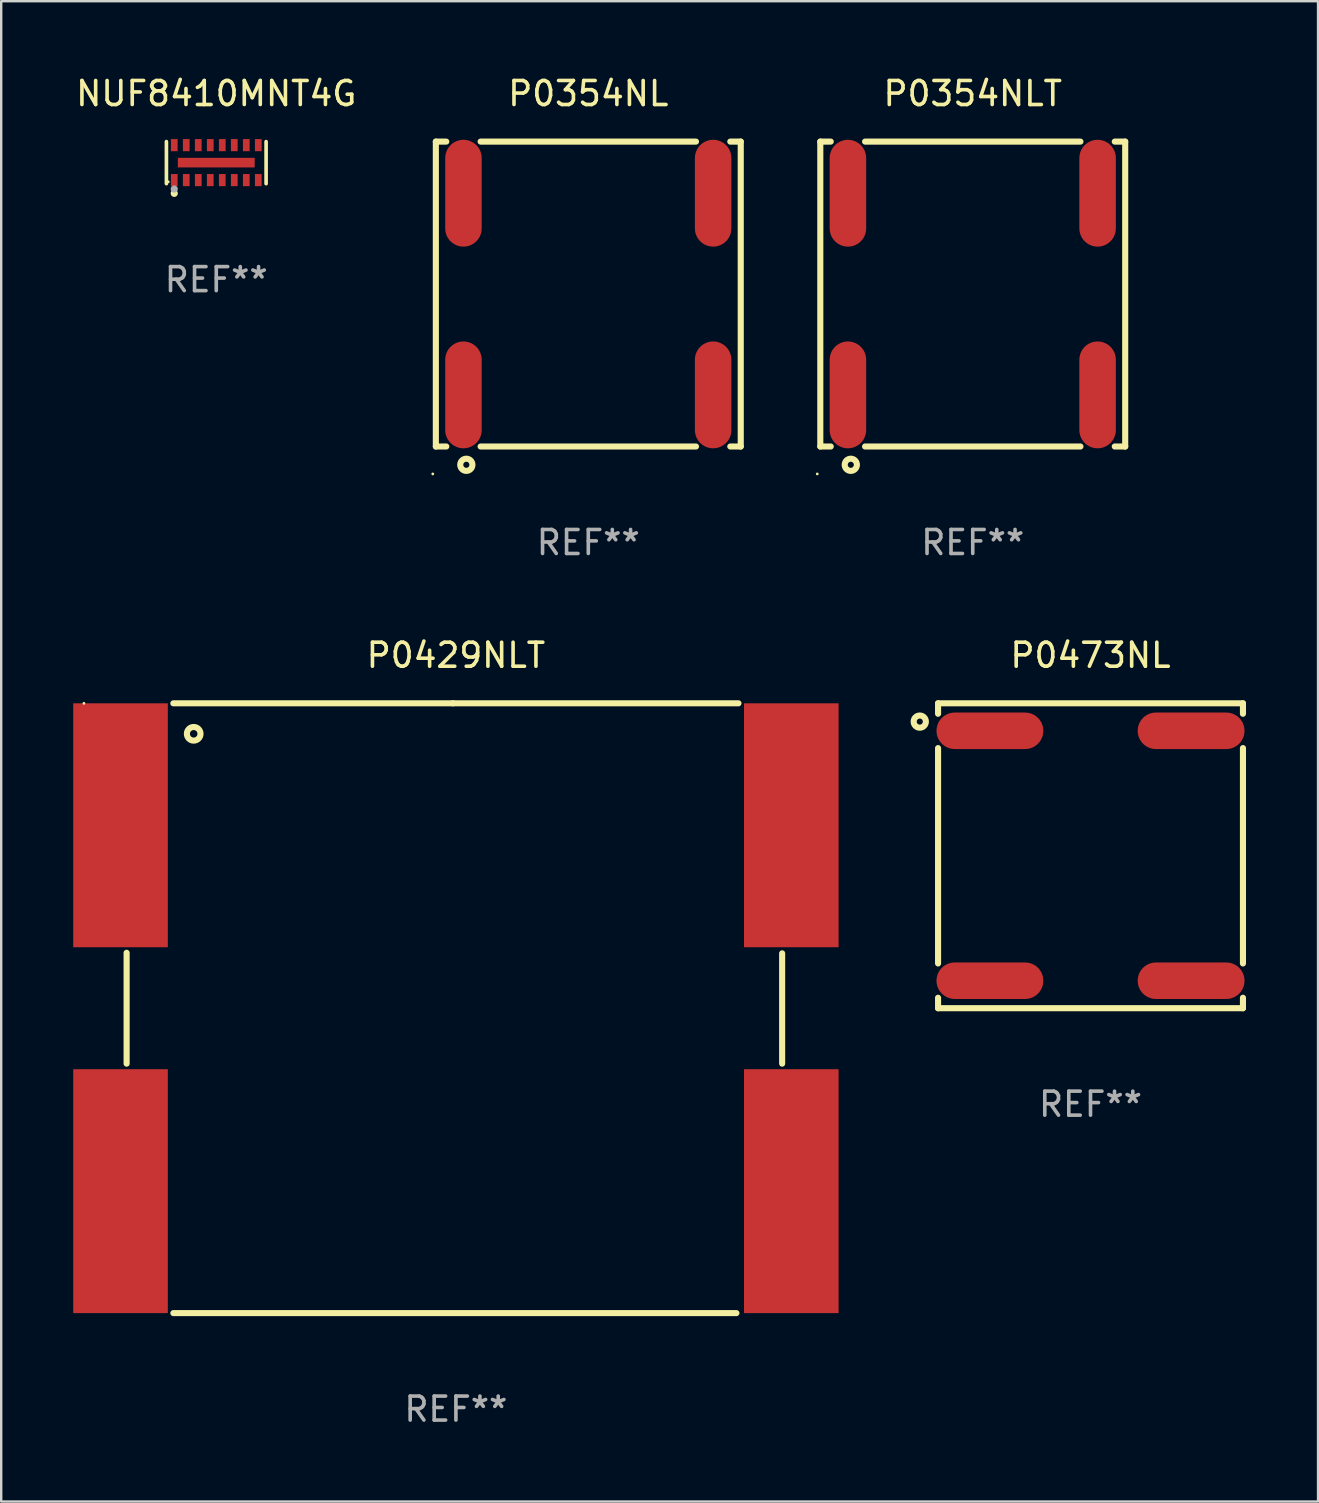
<source format=kicad_pcb>
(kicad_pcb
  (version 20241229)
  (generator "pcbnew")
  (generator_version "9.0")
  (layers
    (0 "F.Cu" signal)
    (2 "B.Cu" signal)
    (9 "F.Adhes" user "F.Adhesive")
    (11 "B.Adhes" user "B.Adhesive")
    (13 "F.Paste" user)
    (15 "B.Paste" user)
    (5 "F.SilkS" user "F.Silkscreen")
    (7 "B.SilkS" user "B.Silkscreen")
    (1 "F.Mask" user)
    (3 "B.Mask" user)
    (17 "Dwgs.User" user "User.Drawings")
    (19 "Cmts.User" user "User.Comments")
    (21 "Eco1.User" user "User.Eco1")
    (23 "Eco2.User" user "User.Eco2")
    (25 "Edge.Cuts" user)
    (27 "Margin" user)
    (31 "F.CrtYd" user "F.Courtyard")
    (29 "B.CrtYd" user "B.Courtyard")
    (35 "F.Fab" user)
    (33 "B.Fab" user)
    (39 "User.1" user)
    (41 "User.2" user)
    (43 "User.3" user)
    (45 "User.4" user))
  (footprint "P0473NL"
    (layer "F.Cu")
    (at 42.373 32.595)
    (property "Reference" "P0473NL" (at 0 -8.35 0) (layer "F.SilkS") (effects (font (size 1 1) (thickness 0.15))))
    (attr through_hole)
    (fp_line (start -6.35 -5.915) (end -6.35 -6.35) (stroke (width 0.254) (type solid)) (layer "F.SilkS"))
    (fp_line (start -6.35 4.485) (end -6.35 -4.485) (stroke (width 0.254) (type solid)) (layer "F.SilkS"))
    (fp_line (start -6.35 6.35) (end -6.35 5.915) (stroke (width 0.254) (type solid)) (layer "F.SilkS"))
    (fp_line (start 6.35 -6.35) (end -6.35 -6.35) (stroke (width 0.254) (type solid)) (layer "F.SilkS"))
    (fp_line (start 6.35 -5.915) (end 6.35 -6.35) (stroke (width 0.254) (type solid)) (layer "F.SilkS"))
    (fp_line (start 6.35 4.485) (end 6.35 -4.485) (stroke (width 0.254) (type solid)) (layer "F.SilkS"))
    (fp_line (start 6.35 6.35) (end -6.35 6.35) (stroke (width 0.254) (type solid)) (layer "F.SilkS"))
    (fp_line (start 6.35 6.35) (end 6.35 5.915) (stroke (width 0.254) (type solid)) (layer "F.SilkS"))
    (fp_circle (center -7.112 -5.588) (end -6.858 -5.588) (stroke (width 0.254) (type solid)) (fill no) (layer "F.SilkS"))
    (fp_circle (center -6.35 -6.35) (end -6.32 -6.35) (stroke (width 0.06) (type solid)) (fill no) (layer "F.SilkS"))
    (fp_text user "REF**" (at 0 10.35 0) (layer "F.Fab") (effects (font (size 1 1) (thickness 0.15))))
    (pad "1" smd oval (at -4.19 -5.205 180) (size 4.45 1.52) (layers "F.Cu" "F.Mask" "F.Paste"))
    (pad "2" smd oval (at -4.19 5.205 180) (size 4.45 1.52) (layers "F.Cu" "F.Mask" "F.Paste"))
    (pad "3" smd oval (at 4.19 -5.205 180) (size 4.45 1.52) (layers "F.Cu" "F.Mask" "F.Paste"))
    (pad "4" smd oval (at 4.19 5.205 180) (size 4.45 1.52) (layers "F.Cu" "F.Mask" "F.Paste")))
  (footprint "P0354NL"
    (layer "F.Cu")
    (at 21.454 9.198)
    (property "Reference" "P0354NL" (at 0 -8.35 0) (layer "F.SilkS") (effects (font (size 1 1) (thickness 0.15))))
    (attr through_hole)
    (fp_line (start -6.35 -6.35) (end -5.915 -6.35) (stroke (width 0.254) (type solid)) (layer "F.SilkS"))
    (fp_line (start -6.35 6.35) (end -6.35 -6.35) (stroke (width 0.254) (type solid)) (layer "F.SilkS"))
    (fp_line (start -6.35 6.35) (end -5.915 6.35) (stroke (width 0.254) (type solid)) (layer "F.SilkS"))
    (fp_line (start -4.485 -6.35) (end 4.485 -6.35) (stroke (width 0.254) (type solid)) (layer "F.SilkS"))
    (fp_line (start -4.485 6.35) (end 4.485 6.35) (stroke (width 0.254) (type solid)) (layer "F.SilkS"))
    (fp_line (start 5.915 -6.35) (end 6.35 -6.35) (stroke (width 0.254) (type solid)) (layer "F.SilkS"))
    (fp_line (start 5.915 6.35) (end 6.35 6.35) (stroke (width 0.254) (type solid)) (layer "F.SilkS"))
    (fp_line (start 6.35 6.35) (end 6.35 -6.35) (stroke (width 0.254) (type solid)) (layer "F.SilkS"))
    (fp_circle (center -6.477 7.493) (end -6.447 7.493) (stroke (width 0.06) (type solid)) (fill no) (layer "F.SilkS"))
    (fp_circle (center -5.08 7.112) (end -4.826 7.112) (stroke (width 0.254) (type solid)) (fill no) (layer "F.SilkS"))
    (fp_text user "REF**" (at 0 10.35 0) (layer "F.Fab") (effects (font (size 1 1) (thickness 0.15))))
    (pad "1" smd oval (at -5.2 4.2 90) (size 4.45 1.52) (layers "F.Cu" "F.Mask" "F.Paste"))
    (pad "2" smd oval (at 5.2 4.2 90) (size 4.45 1.52) (layers "F.Cu" "F.Mask" "F.Paste"))
    (pad "3" smd oval (at -5.2 -4.2 90) (size 4.45 1.52) (layers "F.Cu" "F.Mask" "F.Paste"))
    (pad "4" smd oval (at 5.2 -4.2 90) (size 4.45 1.52) (layers "F.Cu" "F.Mask" "F.Paste")))
  (footprint "P0429NLT"
    (layer "F.Cu")
    (at 15.94 38.945)
    (property "Reference" "P0429NLT" (at 0 -14.7 0) (layer "F.SilkS") (effects (font (size 1 1) (thickness 0.15))))
    (attr through_hole)
    (fp_line (start -13.716 -2.309) (end -13.716 2.309) (stroke (width 0.254) (type solid)) (layer "F.SilkS"))
    (fp_line (start -11.769 12.7) (end 11.684 12.7) (stroke (width 0.254) (type solid)) (layer "F.SilkS"))
    (fp_line (start -0.127 -12.7) (end -11.769 -12.7) (stroke (width 0.254) (type solid)) (layer "F.SilkS"))
    (fp_line (start -0.127 -12.7) (end 11.769 -12.7) (stroke (width 0.254) (type solid)) (layer "F.SilkS"))
    (fp_line (start 13.589 -2.286) (end 13.589 2.309) (stroke (width 0.254) (type solid)) (layer "F.SilkS"))
    (fp_circle (center -15.495 -12.7) (end -15.465 -12.7) (stroke (width 0.06) (type solid)) (fill no) (layer "F.SilkS"))
    (fp_circle (center -10.922 -11.43) (end -10.638 -11.43) (stroke (width 0.254) (type solid)) (fill no) (layer "F.SilkS"))
    (fp_text user "PULSE" (at -4.699 0.889 0) (layer "B.Mask") (effects (font (size 1 1) (thickness 0.15))))
    (fp_text user "REF**" (at 0 16.7 0) (layer "F.Fab") (effects (font (size 1 1) (thickness 0.15))))
    (pad "1" smd rect (at -13.97 -7.62) (size 3.94 10.16) (layers "F.Cu" "F.Mask" "F.Paste"))
    (pad "2" smd rect (at -13.97 7.62) (size 3.94 10.16) (layers "F.Cu" "F.Mask" "F.Paste"))
    (pad "3" smd rect (at 13.97 -7.62) (size 3.94 10.16) (layers "F.Cu" "F.Mask" "F.Paste"))
    (pad "4" smd rect (at 13.97 7.62) (size 3.94 10.16) (layers "F.Cu" "F.Mask" "F.Paste")))
  (footprint "P0354NLT"
    (layer "F.Cu")
    (at 37.468 9.198)
    (property "Reference" "P0354NLT" (at 0 -8.35 0) (layer "F.SilkS") (effects (font (size 1 1) (thickness 0.15))))
    (attr through_hole)
    (fp_line (start -6.35 -6.35) (end -5.915 -6.35) (stroke (width 0.254) (type solid)) (layer "F.SilkS"))
    (fp_line (start -6.35 6.35) (end -6.35 -6.35) (stroke (width 0.254) (type solid)) (layer "F.SilkS"))
    (fp_line (start -6.35 6.35) (end -5.915 6.35) (stroke (width 0.254) (type solid)) (layer "F.SilkS"))
    (fp_line (start -4.485 -6.35) (end 4.485 -6.35) (stroke (width 0.254) (type solid)) (layer "F.SilkS"))
    (fp_line (start -4.485 6.35) (end 4.485 6.35) (stroke (width 0.254) (type solid)) (layer "F.SilkS"))
    (fp_line (start 5.915 -6.35) (end 6.35 -6.35) (stroke (width 0.254) (type solid)) (layer "F.SilkS"))
    (fp_line (start 5.915 6.35) (end 6.35 6.35) (stroke (width 0.254) (type solid)) (layer "F.SilkS"))
    (fp_line (start 6.35 6.35) (end 6.35 -6.35) (stroke (width 0.254) (type solid)) (layer "F.SilkS"))
    (fp_circle (center -6.477 7.493) (end -6.447 7.493) (stroke (width 0.06) (type solid)) (fill no) (layer "F.SilkS"))
    (fp_circle (center -5.08 7.112) (end -4.826 7.112) (stroke (width 0.254) (type solid)) (fill no) (layer "F.SilkS"))
    (fp_text user "REF**" (at 0 10.35 0) (layer "F.Fab") (effects (font (size 1 1) (thickness 0.15))))
    (pad "1" smd oval (at -5.2 4.2 90) (size 4.45 1.52) (layers "F.Cu" "F.Mask" "F.Paste"))
    (pad "2" smd oval (at 5.2 4.2 90) (size 4.45 1.52) (layers "F.Cu" "F.Mask" "F.Paste"))
    (pad "3" smd oval (at -5.2 -4.2 90) (size 4.45 1.52) (layers "F.Cu" "F.Mask" "F.Paste"))
    (pad "4" smd oval (at 5.2 -4.2 90) (size 4.45 1.52) (layers "F.Cu" "F.Mask" "F.Paste")))
  (footprint "NUF8410MNT4G"
    (layer "F.Cu")
    (at 5.958 3.724)
    (property "Reference" "NUF8410MNT4G" (at 0 -2.876 0) (layer "F.SilkS") (effects (font (size 1 1) (thickness 0.15))))
    (attr through_hole)
    (fp_line (start -2.076 0.876) (end -2.076 -0.876) (stroke (width 0.152) (type solid)) (layer "F.SilkS"))
    (fp_line (start 2.076 0.876) (end 2.076 -0.876) (stroke (width 0.152) (type solid)) (layer "F.SilkS"))
    (fp_circle (center -2 0.8) (end -1.97 0.8) (stroke (width 0.06) (type solid)) (fill no) (layer "F.SilkS"))
    (fp_circle (center -1.75 1.28) (end -1.675 1.28) (stroke (width 0.15) (type solid)) (fill no) (layer "F.SilkS"))
    (fp_circle (center -1.75 1.1) (end -1.675 1.1) (stroke (width 0.15) (type solid)) (fill no) (layer "F.Fab"))
    (fp_text user "REF**" (at 0 4.876 0) (layer "F.Fab") (effects (font (size 1 1) (thickness 0.15))))
    (pad "1" smd rect (at -1.75 0.728) (size 0.28 0.505) (layers "F.Cu" "F.Mask" "F.Paste"))
    (pad "2" smd rect (at -1.25 0.728) (size 0.28 0.505) (layers "F.Cu" "F.Mask" "F.Paste"))
    (pad "3" smd rect (at -0.75 0.728) (size 0.28 0.505) (layers "F.Cu" "F.Mask" "F.Paste"))
    (pad "4" smd rect (at -0.25 0.728) (size 0.28 0.505) (layers "F.Cu" "F.Mask" "F.Paste"))
    (pad "5" smd rect (at 0.25 0.728) (size 0.28 0.505) (layers "F.Cu" "F.Mask" "F.Paste"))
    (pad "6" smd rect (at 0.75 0.728) (size 0.28 0.505) (layers "F.Cu" "F.Mask" "F.Paste"))
    (pad "7" smd rect (at 1.25 0.728) (size 0.28 0.505) (layers "F.Cu" "F.Mask" "F.Paste"))
    (pad "8" smd rect (at 1.75 0.728) (size 0.28 0.505) (layers "F.Cu" "F.Mask" "F.Paste"))
    (pad "9" smd rect (at 1.75 -0.728) (size 0.28 0.505) (layers "F.Cu" "F.Mask" "F.Paste"))
    (pad "10" smd rect (at 1.25 -0.728) (size 0.28 0.505) (layers "F.Cu" "F.Mask" "F.Paste"))
    (pad "11" smd rect (at 0.75 -0.728) (size 0.28 0.505) (layers "F.Cu" "F.Mask" "F.Paste"))
    (pad "12" smd rect (at 0.25 -0.728) (size 0.28 0.505) (layers "F.Cu" "F.Mask" "F.Paste"))
    (pad "13" smd rect (at -0.25 -0.728) (size 0.28 0.505) (layers "F.Cu" "F.Mask" "F.Paste"))
    (pad "14" smd rect (at -0.75 -0.728) (size 0.28 0.505) (layers "F.Cu" "F.Mask" "F.Paste"))
    (pad "15" smd rect (at -1.25 -0.728) (size 0.28 0.505) (layers "F.Cu" "F.Mask" "F.Paste"))
    (pad "16" smd rect (at -1.75 -0.728) (size 0.28 0.505) (layers "F.Cu" "F.Mask" "F.Paste"))
    (pad "17" smd rect (at 0 0) (size 3.2 0.4) (layers "F.Cu" "F.Mask" "F.Paste")))
  (gr_rect
    (start -3 -3)
    (end 51.85 59.493)
    (stroke (width 0.1) (type default))
    (fill no)
    (layer "Edge.Cuts")))
</source>
